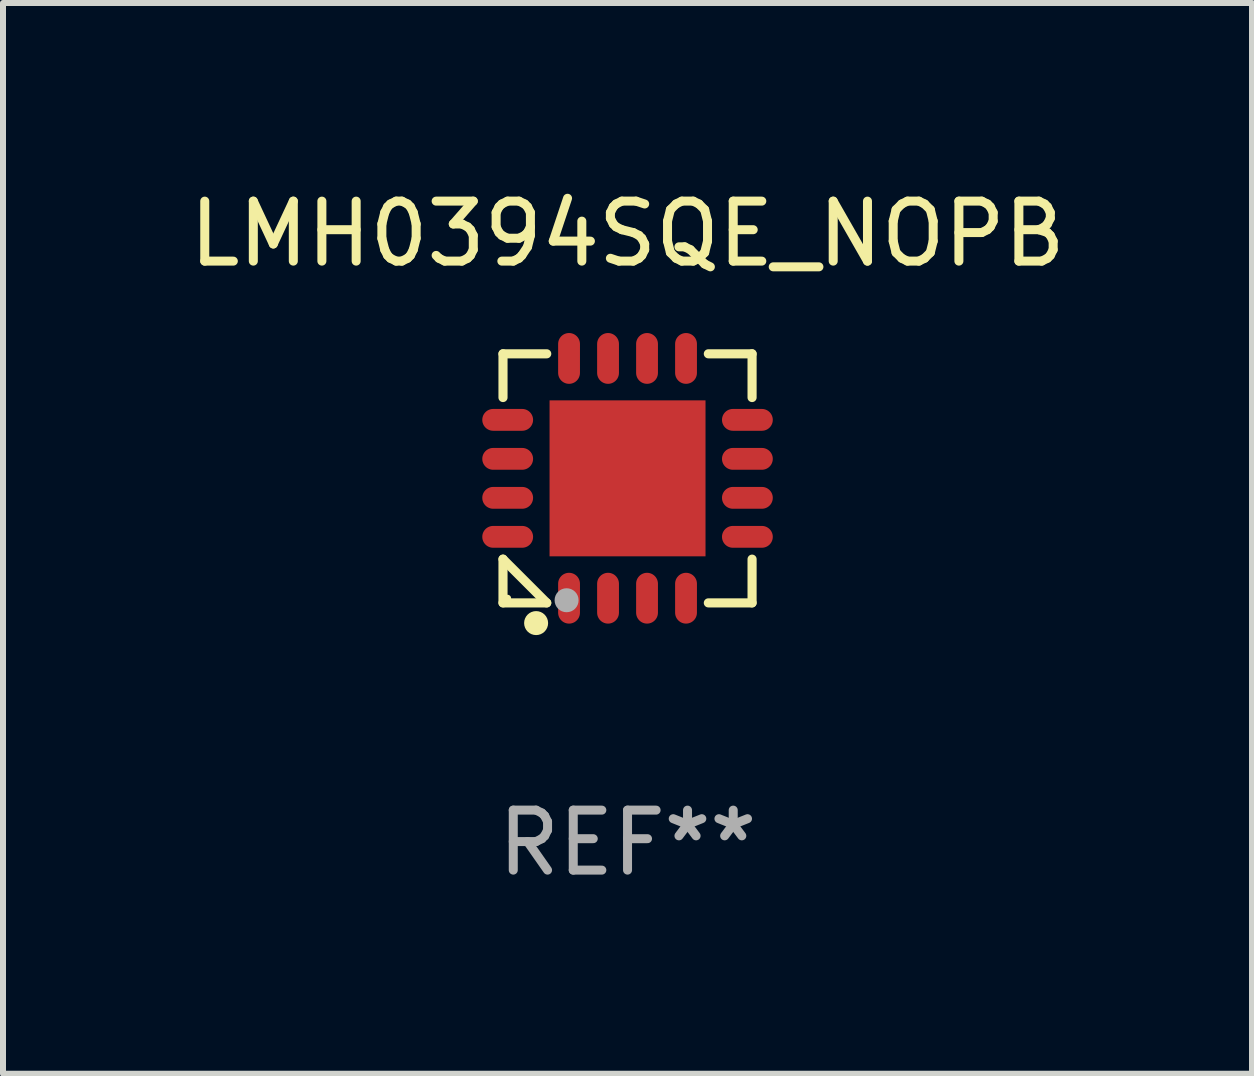
<source format=kicad_pcb>
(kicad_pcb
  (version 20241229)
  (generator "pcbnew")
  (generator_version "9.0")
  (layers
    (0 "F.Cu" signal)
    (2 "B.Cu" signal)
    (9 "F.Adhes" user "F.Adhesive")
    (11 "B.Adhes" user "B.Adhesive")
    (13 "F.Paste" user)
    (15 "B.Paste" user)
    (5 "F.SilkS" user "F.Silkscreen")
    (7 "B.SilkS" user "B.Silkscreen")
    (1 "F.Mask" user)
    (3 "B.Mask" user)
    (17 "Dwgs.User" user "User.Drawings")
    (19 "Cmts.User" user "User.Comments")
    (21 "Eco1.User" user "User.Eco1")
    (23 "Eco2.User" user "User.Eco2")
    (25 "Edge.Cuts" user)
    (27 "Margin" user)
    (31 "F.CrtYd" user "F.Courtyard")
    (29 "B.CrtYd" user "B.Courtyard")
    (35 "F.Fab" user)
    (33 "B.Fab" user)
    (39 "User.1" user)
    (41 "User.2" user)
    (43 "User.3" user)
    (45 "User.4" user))
  (footprint "LMH0394SQE_NOPB"
    (layer "F.Cu")
    (at 7.411 4.924)
    (property "Reference" "LMH0394SQE_NOPB" (at 0 -4.076 0) (layer "F.SilkS") (effects (font (size 1 1) (thickness 0.15))))
    (attr through_hole)
    (fp_line (start -2.076 -2.076) (end -1.347 -2.076) (stroke (width 0.152) (type solid)) (layer "F.SilkS"))
    (fp_line (start -2.076 -1.347) (end -2.076 -2.076) (stroke (width 0.152) (type solid)) (layer "F.SilkS"))
    (fp_line (start -2.076 1.347) (end -2.076 2.076) (stroke (width 0.152) (type solid)) (layer "F.SilkS"))
    (fp_line (start -2.076 2.076) (end -1.347 2.076) (stroke (width 0.152) (type solid)) (layer "F.SilkS"))
    (fp_line (start -1.347 2.076) (end -2.076 1.347) (stroke (width 0.152) (type solid)) (layer "F.SilkS"))
    (fp_line (start 2.076 -2.076) (end 1.347 -2.076) (stroke (width 0.152) (type solid)) (layer "F.SilkS"))
    (fp_line (start 2.076 -1.347) (end 2.076 -2.076) (stroke (width 0.152) (type solid)) (layer "F.SilkS"))
    (fp_line (start 2.076 1.347) (end 2.076 2.076) (stroke (width 0.152) (type solid)) (layer "F.SilkS"))
    (fp_line (start 2.076 2.076) (end 1.347 2.076) (stroke (width 0.152) (type solid)) (layer "F.SilkS"))
    (fp_circle (center -2 2) (end -1.97 2) (stroke (width 0.06) (type solid)) (fill no) (layer "F.SilkS"))
    (fp_circle (center -1.524 2.413) (end -1.424 2.413) (stroke (width 0.2) (type solid)) (fill no) (layer "F.SilkS"))
    (fp_circle (center -1.016 2.032) (end -0.916 2.032) (stroke (width 0.2) (type solid)) (fill no) (layer "F.Fab"))
    (fp_text user "REF**" (at 0 6.076 0) (layer "F.Fab") (effects (font (size 1 1) (thickness 0.15))))
    (pad "1" smd oval (at -0.975 1.998) (size 0.364 0.847) (layers "F.Cu" "F.Mask" "F.Paste"))
    (pad "2" smd oval (at -0.325 1.998) (size 0.364 0.847) (layers "F.Cu" "F.Mask" "F.Paste"))
    (pad "3" smd oval (at 0.325 1.998) (size 0.364 0.847) (layers "F.Cu" "F.Mask" "F.Paste"))
    (pad "4" smd oval (at 0.975 1.998) (size 0.364 0.847) (layers "F.Cu" "F.Mask" "F.Paste"))
    (pad "5" smd oval (at 1.998 0.975) (size 0.847 0.364) (layers "F.Cu" "F.Mask" "F.Paste"))
    (pad "6" smd oval (at 1.998 0.325) (size 0.847 0.364) (layers "F.Cu" "F.Mask" "F.Paste"))
    (pad "7" smd oval (at 1.998 -0.325) (size 0.847 0.364) (layers "F.Cu" "F.Mask" "F.Paste"))
    (pad "8" smd oval (at 1.998 -0.975) (size 0.847 0.364) (layers "F.Cu" "F.Mask" "F.Paste"))
    (pad "9" smd oval (at 0.975 -1.999) (size 0.364 0.847) (layers "F.Cu" "F.Mask" "F.Paste"))
    (pad "10" smd oval (at 0.325 -1.999) (size 0.364 0.847) (layers "F.Cu" "F.Mask" "F.Paste"))
    (pad "11" smd oval (at -0.325 -1.999) (size 0.364 0.847) (layers "F.Cu" "F.Mask" "F.Paste"))
    (pad "12" smd oval (at -0.975 -1.999) (size 0.364 0.847) (layers "F.Cu" "F.Mask" "F.Paste"))
    (pad "13" smd oval (at -1.998 -0.975) (size 0.847 0.364) (layers "F.Cu" "F.Mask" "F.Paste"))
    (pad "14" smd oval (at -1.998 -0.325) (size 0.847 0.364) (layers "F.Cu" "F.Mask" "F.Paste"))
    (pad "15" smd oval (at -1.998 0.325) (size 0.847 0.364) (layers "F.Cu" "F.Mask" "F.Paste"))
    (pad "16" smd oval (at -1.998 0.975) (size 0.847 0.364) (layers "F.Cu" "F.Mask" "F.Paste"))
    (pad "17" smd rect (at 0 -0.000025) (size 2.6 2.6) (layers "F.Cu" "F.Mask" "F.Paste")))
  (gr_rect
    (start -3 -3)
    (end 17.821 14.849)
    (stroke (width 0.1) (type default))
    (fill no)
    (layer "Edge.Cuts")))
</source>
